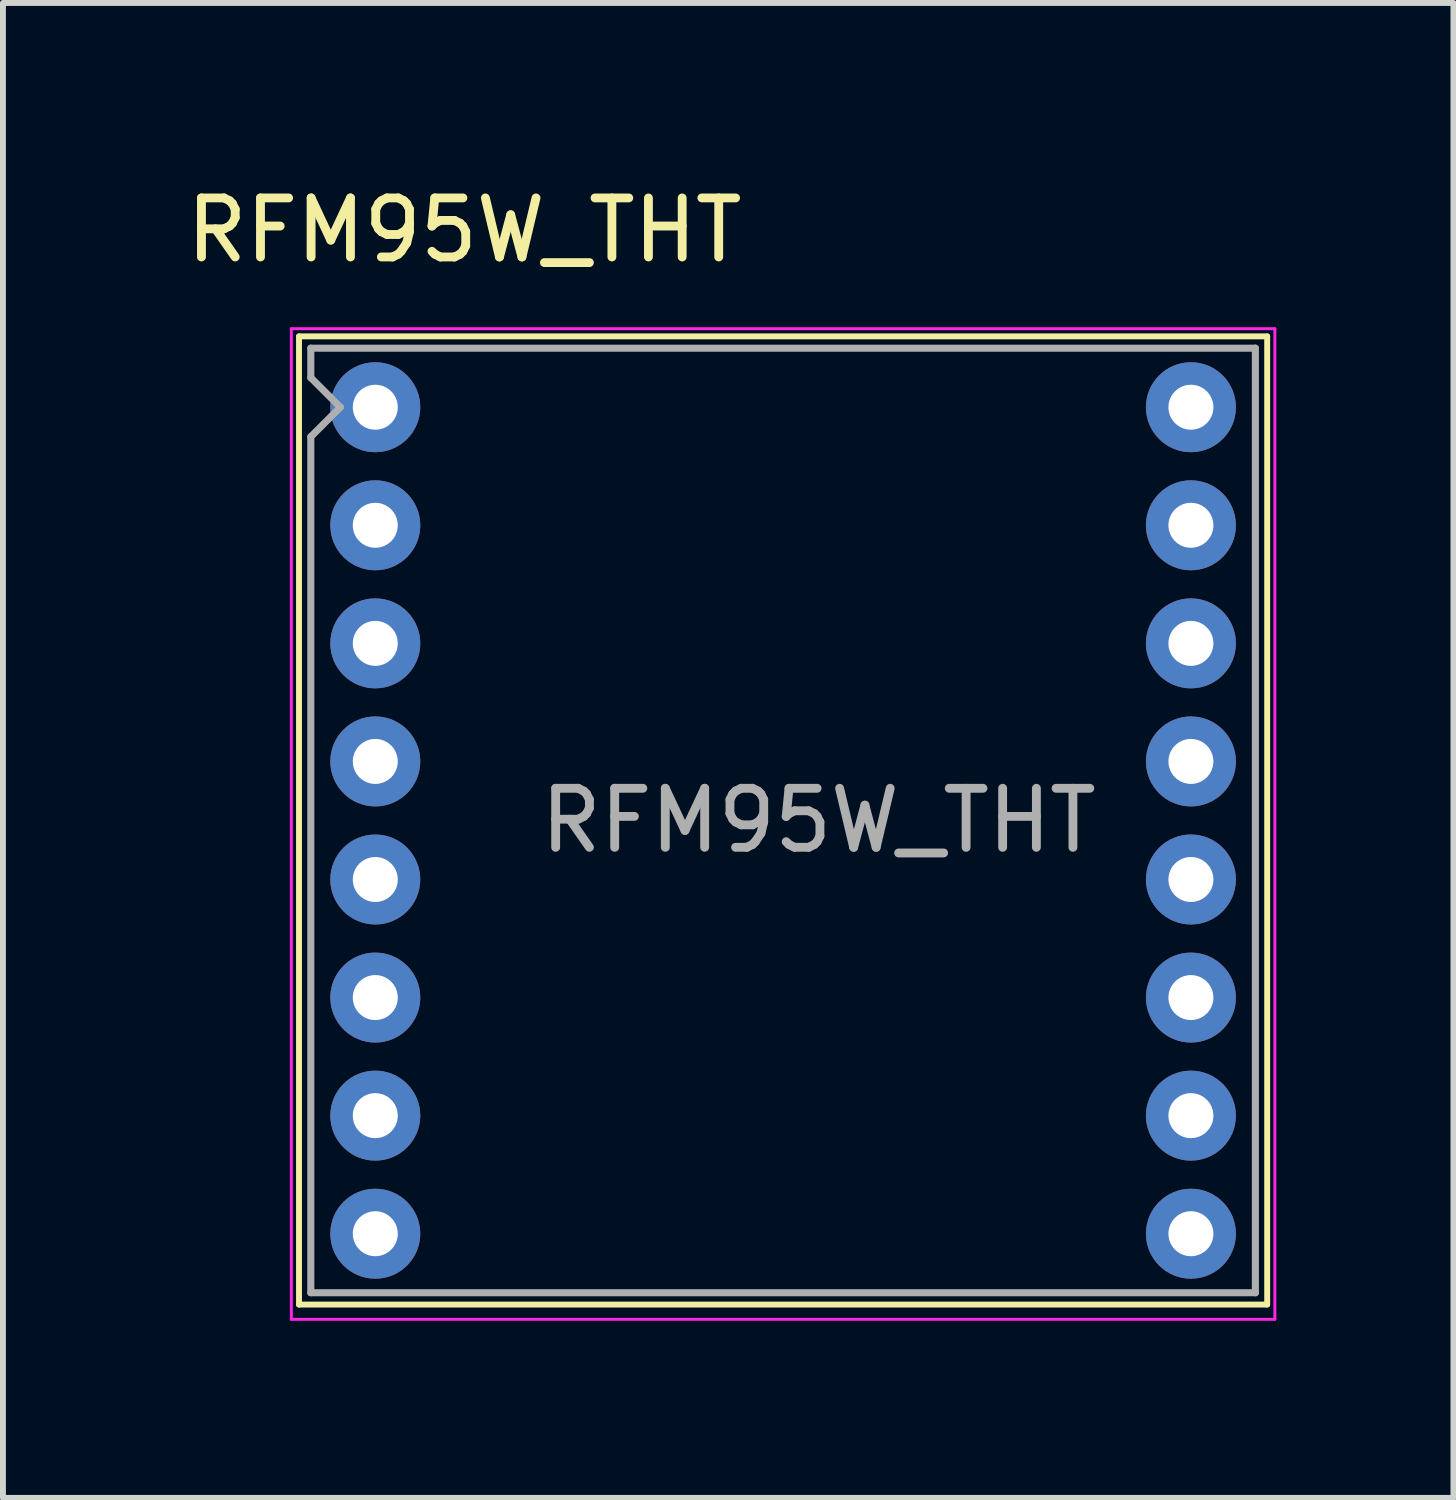
<source format=kicad_pcb>
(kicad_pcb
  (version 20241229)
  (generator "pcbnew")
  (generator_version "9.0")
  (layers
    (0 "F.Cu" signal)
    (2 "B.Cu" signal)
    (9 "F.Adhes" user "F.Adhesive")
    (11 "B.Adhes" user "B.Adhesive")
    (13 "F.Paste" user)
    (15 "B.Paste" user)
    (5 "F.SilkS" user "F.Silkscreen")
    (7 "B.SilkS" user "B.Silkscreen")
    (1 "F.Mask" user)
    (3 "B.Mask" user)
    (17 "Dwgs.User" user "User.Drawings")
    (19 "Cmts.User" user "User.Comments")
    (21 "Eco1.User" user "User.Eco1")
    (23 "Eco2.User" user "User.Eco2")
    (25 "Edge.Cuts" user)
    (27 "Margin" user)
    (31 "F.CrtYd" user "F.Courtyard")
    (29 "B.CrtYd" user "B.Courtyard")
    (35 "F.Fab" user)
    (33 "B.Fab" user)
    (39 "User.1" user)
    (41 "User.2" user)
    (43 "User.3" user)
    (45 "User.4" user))
  (footprint "RFM95W_THT"
    (layer "F.Cu")
    (at 3.815 3.848)
    (property "Reference" "RFM95W_THT" (at 1 -3 0) (layer "F.SilkS") (effects (font (size 1 1) (thickness 0.15))))
    (attr through_hole)
    (fp_line (start -1.8 -1.2) (end 14.6 -1.2) (stroke (width 0.1) (type solid)) (layer "F.SilkS"))
    (fp_line (start -1.8 15.2) (end -1.8 -1.2) (stroke (width 0.1) (type solid)) (layer "F.SilkS"))
    (fp_line (start 14.6 -1.2) (end 14.6 15.2) (stroke (width 0.1) (type solid)) (layer "F.SilkS"))
    (fp_line (start 14.6 15.2) (end -1.8 15.2) (stroke (width 0.1) (type solid)) (layer "F.SilkS"))
    (fp_line (start -1.93 -1.33) (end 14.73 -1.33) (stroke (width 0.05) (type solid)) (layer "F.CrtYd"))
    (fp_line (start -1.93 15.45) (end -1.93 -1.33) (stroke (width 0.05) (type solid)) (layer "F.CrtYd"))
    (fp_line (start 14.73 -1.33) (end 14.73 15.45) (stroke (width 0.05) (type solid)) (layer "F.CrtYd"))
    (fp_line (start 14.73 15.45) (end -1.93 15.45) (stroke (width 0.05) (type solid)) (layer "F.CrtYd"))
    (fp_line (start -1.6 -1) (end 14.4 -1) (stroke (width 0.12) (type solid)) (layer "F.Fab"))
    (fp_line (start -1.6 -0.5) (end -1.6 -1) (stroke (width 0.12) (type solid)) (layer "F.Fab"))
    (fp_line (start -1.6 0.5) (end -1.1 0) (stroke (width 0.12) (type solid)) (layer "F.Fab"))
    (fp_line (start -1.6 15) (end -1.6 0.5) (stroke (width 0.12) (type solid)) (layer "F.Fab"))
    (fp_line (start -1.6 15) (end 14.4 15) (stroke (width 0.12) (type solid)) (layer "F.Fab"))
    (fp_line (start -1.1 0) (end -1.6 -0.5) (stroke (width 0.12) (type solid)) (layer "F.Fab"))
    (fp_line (start 14.4 15) (end 14.4 -1) (stroke (width 0.12) (type solid)) (layer "F.Fab"))
    (fp_text user "${REFERENCE}" (at 7 7 0) (layer "F.Fab") (effects (font (size 1 1) (thickness 0.15))))
    (pad "1" thru_hole circle (at -0.508 0) (size 1.524 1.524) (drill 0.762) (layers "*.Cu" "*.Mask"))
    (pad "2" thru_hole circle (at -0.508 2) (size 1.524 1.524) (drill 0.762) (layers "*.Cu" "*.Mask"))
    (pad "3" thru_hole circle (at -0.508 4) (size 1.524 1.524) (drill 0.762) (layers "*.Cu" "*.Mask"))
    (pad "4" thru_hole circle (at -0.508 6) (size 1.524 1.524) (drill 0.762) (layers "*.Cu" "*.Mask"))
    (pad "5" thru_hole circle (at -0.508 8) (size 1.524 1.524) (drill 0.762) (layers "*.Cu" "*.Mask"))
    (pad "6" thru_hole circle (at -0.508 10) (size 1.524 1.524) (drill 0.762) (layers "*.Cu" "*.Mask"))
    (pad "7" thru_hole circle (at -0.508 12) (size 1.524 1.524) (drill 0.762) (layers "*.Cu" "*.Mask"))
    (pad "8" thru_hole circle (at -0.508 14) (size 1.524 1.524) (drill 0.762) (layers "*.Cu" "*.Mask"))
    (pad "9" thru_hole circle (at 13.308 14) (size 1.524 1.524) (drill 0.762) (layers "*.Cu" "*.Mask"))
    (pad "10" thru_hole circle (at 13.308 12) (size 1.524 1.524) (drill 0.762) (layers "*.Cu" "*.Mask"))
    (pad "11" thru_hole circle (at 13.308 10) (size 1.524 1.524) (drill 0.762) (layers "*.Cu" "*.Mask"))
    (pad "12" thru_hole circle (at 13.308 8) (size 1.524 1.524) (drill 0.762) (layers "*.Cu" "*.Mask"))
    (pad "13" thru_hole circle (at 13.308 6) (size 1.524 1.524) (drill 0.762) (layers "*.Cu" "*.Mask"))
    (pad "14" thru_hole circle (at 13.308 4) (size 1.524 1.524) (drill 0.762) (layers "*.Cu" "*.Mask"))
    (pad "15" thru_hole circle (at 13.308 2) (size 1.524 1.524) (drill 0.762) (layers "*.Cu" "*.Mask"))
    (pad "16" thru_hole circle (at 13.308 0) (size 1.524 1.524) (drill 0.762) (layers "*.Cu" "*.Mask")))
  (gr_rect
    (start -3 -3)
    (end 21.57 22.323)
    (stroke (width 0.1) (type default))
    (fill no)
    (layer "Edge.Cuts")))
</source>
